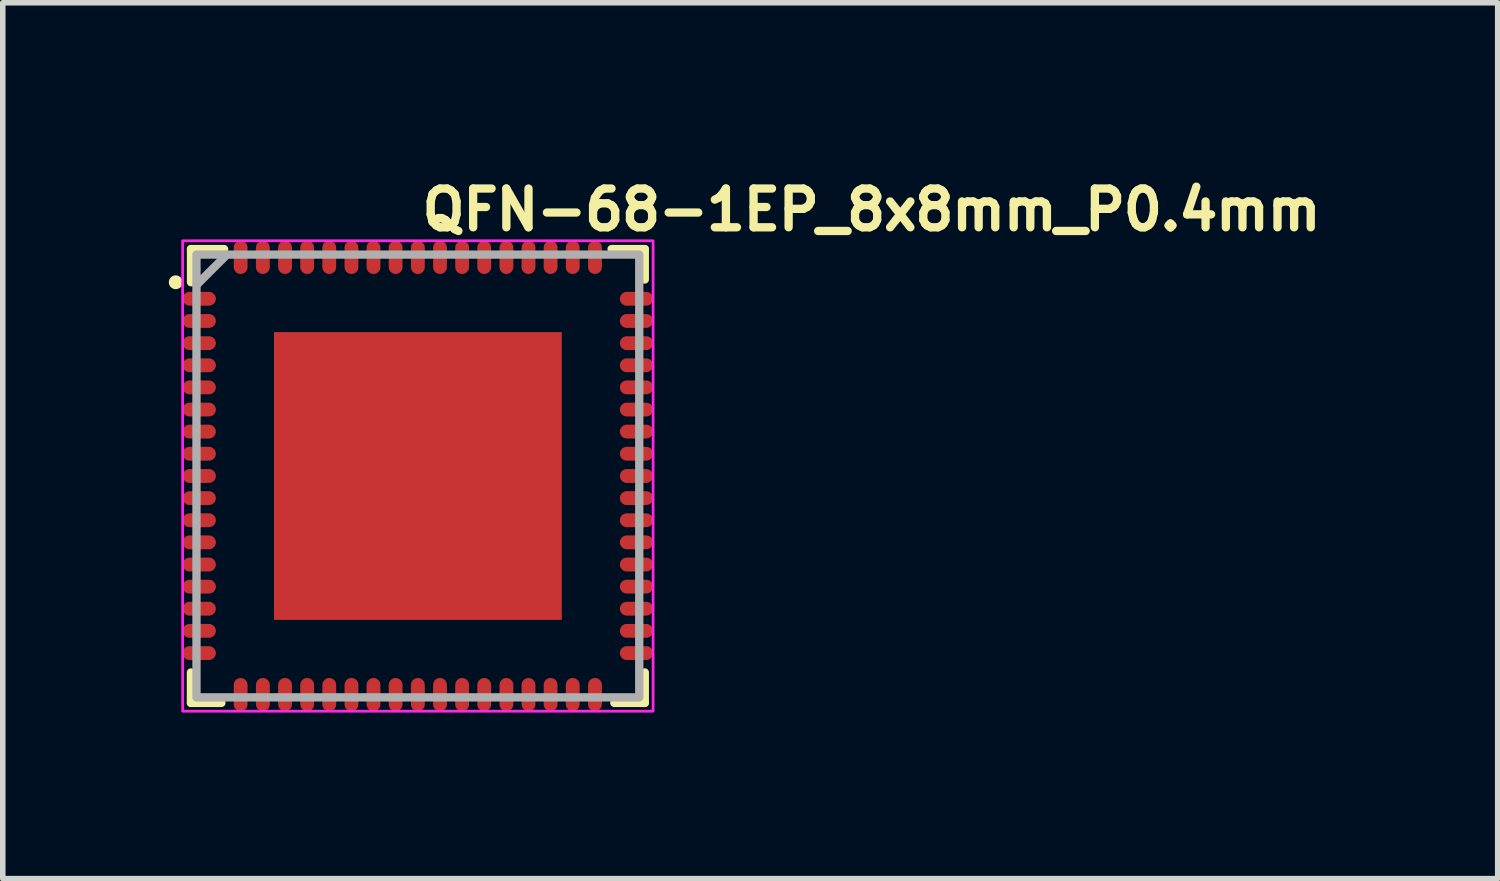
<source format=kicad_pcb>
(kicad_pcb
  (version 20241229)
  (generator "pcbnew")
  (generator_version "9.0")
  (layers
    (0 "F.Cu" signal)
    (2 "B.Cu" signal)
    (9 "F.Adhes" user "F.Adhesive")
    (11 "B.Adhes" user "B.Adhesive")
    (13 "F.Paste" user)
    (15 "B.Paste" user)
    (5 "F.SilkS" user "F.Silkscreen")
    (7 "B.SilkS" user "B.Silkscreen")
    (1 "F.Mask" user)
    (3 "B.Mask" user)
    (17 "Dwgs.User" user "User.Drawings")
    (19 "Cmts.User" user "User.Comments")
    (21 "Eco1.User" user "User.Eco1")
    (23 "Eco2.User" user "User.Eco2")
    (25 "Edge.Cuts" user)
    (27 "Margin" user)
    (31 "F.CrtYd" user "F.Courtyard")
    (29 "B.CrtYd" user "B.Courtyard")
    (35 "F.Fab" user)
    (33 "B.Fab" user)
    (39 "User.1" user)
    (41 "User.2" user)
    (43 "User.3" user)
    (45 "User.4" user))
  (footprint "QFN-68-1EP_8x8mm_P0.4mm"
    (layer "F.Cu")
    (at 4.5 5.55)
    (property "Reference" "QFN-68-1EP_8x8mm_P0.4mm" (at 0 -4.4 0) (layer "F.SilkS") (effects (font (size 0.7 0.7) (thickness 0.15)) (justify left bottom)))
    (attr smd)
    (fp_line (start -4.1 4.1) (end -4.1 3.55) (stroke (width 0.15) (type solid)) (layer "F.SilkS"))
    (fp_line (start -4.099 -3.501) (end -4.099 -4.1) (stroke (width 0.15) (type solid)) (layer "F.SilkS"))
    (fp_line (start -3.55 4.1) (end -4.1 4.1) (stroke (width 0.15) (type solid)) (layer "F.SilkS"))
    (fp_line (start -3.501 -4.1) (end -4.099 -4.1) (stroke (width 0.15) (type solid)) (layer "F.SilkS"))
    (fp_line (start 3.5 -4.1) (end 4.1 -4.1) (stroke (width 0.15) (type solid)) (layer "F.SilkS"))
    (fp_line (start 3.55 4.1) (end 4.1 4.1) (stroke (width 0.15) (type solid)) (layer "F.SilkS"))
    (fp_line (start 4.1 -4.1) (end 4.1 -3.55) (stroke (width 0.15) (type solid)) (layer "F.SilkS"))
    (fp_line (start 4.1 4.1) (end 4.1 3.55) (stroke (width 0.15) (type solid)) (layer "F.SilkS"))
    (fp_circle (center -4.375 -3.5) (end -4.325 -3.5) (stroke (width 0.15) (type solid)) (fill yes) (layer "F.SilkS"))
    (fp_rect (start -4.25 -4.25) (end 4.25 4.25) (stroke (width 0.05) (type solid)) (fill no) (layer "F.CrtYd"))
    (fp_line (start -3.45 -4) (end -4 -3.45) (stroke (width 0.15) (type solid)) (layer "F.Fab"))
    (fp_rect (start -4 -4) (end 4 4) (stroke (width 0.15) (type solid)) (fill no) (layer "F.Fab"))
    (fp_rect (start -4.053 -4.053) (end 4.051 4.051) (stroke (width 0.1) (type solid)) (fill no) (layer "User.5"))
    (fp_line (start -4.053 -4.053) (end -4.053 4.051) (stroke (width 0.02) (type solid)) (layer "User.9"))
    (fp_line (start -4.053 4.051) (end 4.051 4.051) (stroke (width 0.02) (type solid)) (layer "User.9"))
    (fp_line (start 4.051 -4.053) (end -4.053 -4.053) (stroke (width 0.02) (type solid)) (layer "User.9"))
    (fp_line (start 4.051 4.051) (end 4.051 -4.053) (stroke (width 0.02) (type solid)) (layer "User.9"))
    (fp_circle (center -3.25 -3.202) (end -3.05 -3.202) (stroke (width 0.02) (type solid)) (fill no) (layer "User.9"))
    (pad "" smd rect (at -1.7 -1.7) (size 1.5 1.5) (layers "F.Paste"))
    (pad "" smd rect (at -1.7 0) (size 1.5 1.5) (layers "F.Paste"))
    (pad "" smd rect (at -1.7 1.7) (size 1.5 1.5) (layers "F.Paste"))
    (pad "" smd rect (at 0 -1.7) (size 1.5 1.5) (layers "F.Paste"))
    (pad "" smd rect (at 0 0) (size 1.5 1.5) (layers "F.Paste"))
    (pad "" smd rect (at 0 1.7) (size 1.5 1.5) (layers "F.Paste"))
    (pad "" smd rect (at 1.7 -1.7) (size 1.5 1.5) (layers "F.Paste"))
    (pad "" smd rect (at 1.7 0) (size 1.5 1.5) (layers "F.Paste"))
    (pad "" smd rect (at 1.7 1.7) (size 1.5 1.5) (layers "F.Paste"))
    (pad "1" smd oval (at -3.95 -3.202 90) (size 0.25 0.6) (layers "F.Cu" "F.Mask" "F.Paste"))
    (pad "2" smd oval (at -3.95 -2.801 90) (size 0.25 0.6) (layers "F.Cu" "F.Mask" "F.Paste"))
    (pad "3" smd oval (at -3.95 -2.4 90) (size 0.25 0.6) (layers "F.Cu" "F.Mask" "F.Paste"))
    (pad "4" smd oval (at -3.95 -2 90) (size 0.25 0.6) (layers "F.Cu" "F.Mask" "F.Paste"))
    (pad "5" smd oval (at -3.95 -1.601 90) (size 0.25 0.6) (layers "F.Cu" "F.Mask" "F.Paste"))
    (pad "6" smd oval (at -3.95 -1.2 90) (size 0.25 0.6) (layers "F.Cu" "F.Mask" "F.Paste"))
    (pad "7" smd oval (at -3.95 -0.802 90) (size 0.25 0.6) (layers "F.Cu" "F.Mask" "F.Paste"))
    (pad "8" smd oval (at -3.95 -0.402 90) (size 0.25 0.6) (layers "F.Cu" "F.Mask" "F.Paste"))
    (pad "9" smd oval (at -3.95 0 90) (size 0.25 0.6) (layers "F.Cu" "F.Mask" "F.Paste"))
    (pad "10" smd oval (at -3.95 0.4 90) (size 0.25 0.6) (layers "F.Cu" "F.Mask" "F.Paste"))
    (pad "11" smd oval (at -3.95 0.8 90) (size 0.25 0.6) (layers "F.Cu" "F.Mask" "F.Paste"))
    (pad "12" smd oval (at -3.95 1.199 90) (size 0.25 0.6) (layers "F.Cu" "F.Mask" "F.Paste"))
    (pad "13" smd oval (at -3.95 1.6 90) (size 0.25 0.6) (layers "F.Cu" "F.Mask" "F.Paste"))
    (pad "14" smd oval (at -3.95 1.999 90) (size 0.25 0.6) (layers "F.Cu" "F.Mask" "F.Paste"))
    (pad "15" smd oval (at -3.95 2.398 90) (size 0.25 0.6) (layers "F.Cu" "F.Mask" "F.Paste"))
    (pad "16" smd oval (at -3.95 2.798 90) (size 0.25 0.6) (layers "F.Cu" "F.Mask" "F.Paste"))
    (pad "17" smd oval (at -3.95 3.2 90) (size 0.25 0.6) (layers "F.Cu" "F.Mask" "F.Paste"))
    (pad "18" smd oval (at -3.202 3.95) (size 0.25 0.6) (layers "F.Cu" "F.Mask" "F.Paste"))
    (pad "19" smd oval (at -2.801 3.95) (size 0.25 0.6) (layers "F.Cu" "F.Mask" "F.Paste"))
    (pad "20" smd oval (at -2.4 3.95) (size 0.25 0.6) (layers "F.Cu" "F.Mask" "F.Paste"))
    (pad "21" smd oval (at -2 3.95) (size 0.25 0.6) (layers "F.Cu" "F.Mask" "F.Paste"))
    (pad "22" smd oval (at -1.601 3.95) (size 0.25 0.6) (layers "F.Cu" "F.Mask" "F.Paste"))
    (pad "23" smd oval (at -1.2 3.95) (size 0.25 0.6) (layers "F.Cu" "F.Mask" "F.Paste"))
    (pad "24" smd oval (at -0.802 3.95) (size 0.25 0.6) (layers "F.Cu" "F.Mask" "F.Paste"))
    (pad "25" smd oval (at -0.402 3.95) (size 0.25 0.6) (layers "F.Cu" "F.Mask" "F.Paste"))
    (pad "26" smd oval (at 0 3.95) (size 0.25 0.6) (layers "F.Cu" "F.Mask" "F.Paste"))
    (pad "27" smd oval (at 0.4 3.95) (size 0.25 0.6) (layers "F.Cu" "F.Mask" "F.Paste"))
    (pad "28" smd oval (at 0.8 3.95) (size 0.25 0.6) (layers "F.Cu" "F.Mask" "F.Paste"))
    (pad "29" smd oval (at 1.199 3.95) (size 0.25 0.6) (layers "F.Cu" "F.Mask" "F.Paste"))
    (pad "30" smd oval (at 1.6 3.95) (size 0.25 0.6) (layers "F.Cu" "F.Mask" "F.Paste"))
    (pad "31" smd oval (at 1.999 3.95) (size 0.25 0.6) (layers "F.Cu" "F.Mask" "F.Paste"))
    (pad "32" smd oval (at 2.398 3.95) (size 0.25 0.6) (layers "F.Cu" "F.Mask" "F.Paste"))
    (pad "33" smd oval (at 2.798 3.95) (size 0.25 0.6) (layers "F.Cu" "F.Mask" "F.Paste"))
    (pad "34" smd oval (at 3.2 3.95) (size 0.25 0.6) (layers "F.Cu" "F.Mask" "F.Paste"))
    (pad "35" smd oval (at 3.95 3.2 90) (size 0.25 0.6) (layers "F.Cu" "F.Mask" "F.Paste"))
    (pad "36" smd oval (at 3.95 2.798 90) (size 0.25 0.6) (layers "F.Cu" "F.Mask" "F.Paste"))
    (pad "37" smd oval (at 3.95 2.398 90) (size 0.25 0.6) (layers "F.Cu" "F.Mask" "F.Paste"))
    (pad "38" smd oval (at 3.95 1.999 90) (size 0.25 0.6) (layers "F.Cu" "F.Mask" "F.Paste"))
    (pad "39" smd oval (at 3.95 1.6 90) (size 0.25 0.6) (layers "F.Cu" "F.Mask" "F.Paste"))
    (pad "40" smd oval (at 3.95 1.199 90) (size 0.25 0.6) (layers "F.Cu" "F.Mask" "F.Paste"))
    (pad "41" smd oval (at 3.95 0.8 90) (size 0.25 0.6) (layers "F.Cu" "F.Mask" "F.Paste"))
    (pad "42" smd oval (at 3.95 0.4 90) (size 0.25 0.6) (layers "F.Cu" "F.Mask" "F.Paste"))
    (pad "43" smd oval (at 3.95 0 90) (size 0.25 0.6) (layers "F.Cu" "F.Mask" "F.Paste"))
    (pad "44" smd oval (at 3.95 -0.402 90) (size 0.25 0.6) (layers "F.Cu" "F.Mask" "F.Paste"))
    (pad "45" smd oval (at 3.95 -0.802 90) (size 0.25 0.6) (layers "F.Cu" "F.Mask" "F.Paste"))
    (pad "46" smd oval (at 3.95 -1.2 90) (size 0.25 0.6) (layers "F.Cu" "F.Mask" "F.Paste"))
    (pad "47" smd oval (at 3.95 -1.601 90) (size 0.25 0.6) (layers "F.Cu" "F.Mask" "F.Paste"))
    (pad "48" smd oval (at 3.95 -2 90) (size 0.25 0.6) (layers "F.Cu" "F.Mask" "F.Paste"))
    (pad "49" smd oval (at 3.95 -2.4 90) (size 0.25 0.6) (layers "F.Cu" "F.Mask" "F.Paste"))
    (pad "50" smd oval (at 3.95 -2.801 90) (size 0.25 0.6) (layers "F.Cu" "F.Mask" "F.Paste"))
    (pad "51" smd oval (at 3.95 -3.202 90) (size 0.25 0.6) (layers "F.Cu" "F.Mask" "F.Paste"))
    (pad "52" smd oval (at 3.2 -3.95) (size 0.25 0.6) (layers "F.Cu" "F.Mask" "F.Paste"))
    (pad "53" smd oval (at 2.798 -3.95) (size 0.25 0.6) (layers "F.Cu" "F.Mask" "F.Paste"))
    (pad "54" smd oval (at 2.398 -3.95) (size 0.25 0.6) (layers "F.Cu" "F.Mask" "F.Paste"))
    (pad "55" smd oval (at 1.999 -3.95) (size 0.25 0.6) (layers "F.Cu" "F.Mask" "F.Paste"))
    (pad "56" smd oval (at 1.6 -3.95) (size 0.25 0.6) (layers "F.Cu" "F.Mask" "F.Paste"))
    (pad "57" smd oval (at 1.199 -3.95) (size 0.25 0.6) (layers "F.Cu" "F.Mask" "F.Paste"))
    (pad "58" smd oval (at 0.8 -3.95) (size 0.25 0.6) (layers "F.Cu" "F.Mask" "F.Paste"))
    (pad "59" smd oval (at 0.4 -3.95) (size 0.25 0.6) (layers "F.Cu" "F.Mask" "F.Paste"))
    (pad "60" smd oval (at 0 -3.95) (size 0.25 0.6) (layers "F.Cu" "F.Mask" "F.Paste"))
    (pad "61" smd oval (at -0.402 -3.95) (size 0.25 0.6) (layers "F.Cu" "F.Mask" "F.Paste"))
    (pad "62" smd oval (at -0.802 -3.95) (size 0.25 0.6) (layers "F.Cu" "F.Mask" "F.Paste"))
    (pad "63" smd oval (at -1.2 -3.95) (size 0.25 0.6) (layers "F.Cu" "F.Mask" "F.Paste"))
    (pad "64" smd oval (at -1.601 -3.95) (size 0.25 0.6) (layers "F.Cu" "F.Mask" "F.Paste"))
    (pad "65" smd oval (at -2 -3.95) (size 0.25 0.6) (layers "F.Cu" "F.Mask" "F.Paste"))
    (pad "66" smd oval (at -2.4 -3.95) (size 0.25 0.6) (layers "F.Cu" "F.Mask" "F.Paste"))
    (pad "67" smd oval (at -2.801 -3.95) (size 0.25 0.6) (layers "F.Cu" "F.Mask" "F.Paste"))
    (pad "68" smd oval (at -3.202 -3.95) (size 0.25 0.6) (layers "F.Cu" "F.Mask" "F.Paste"))
    (pad "69" smd rect (at 0 0) (size 5.2 5.2) (layers "F.Cu" "F.Mask")))
  (gr_rect
    (start -3 -3)
    (end 24.01 12.825)
    (stroke (width 0.1) (type default))
    (fill no)
    (layer "Edge.Cuts")))
</source>
